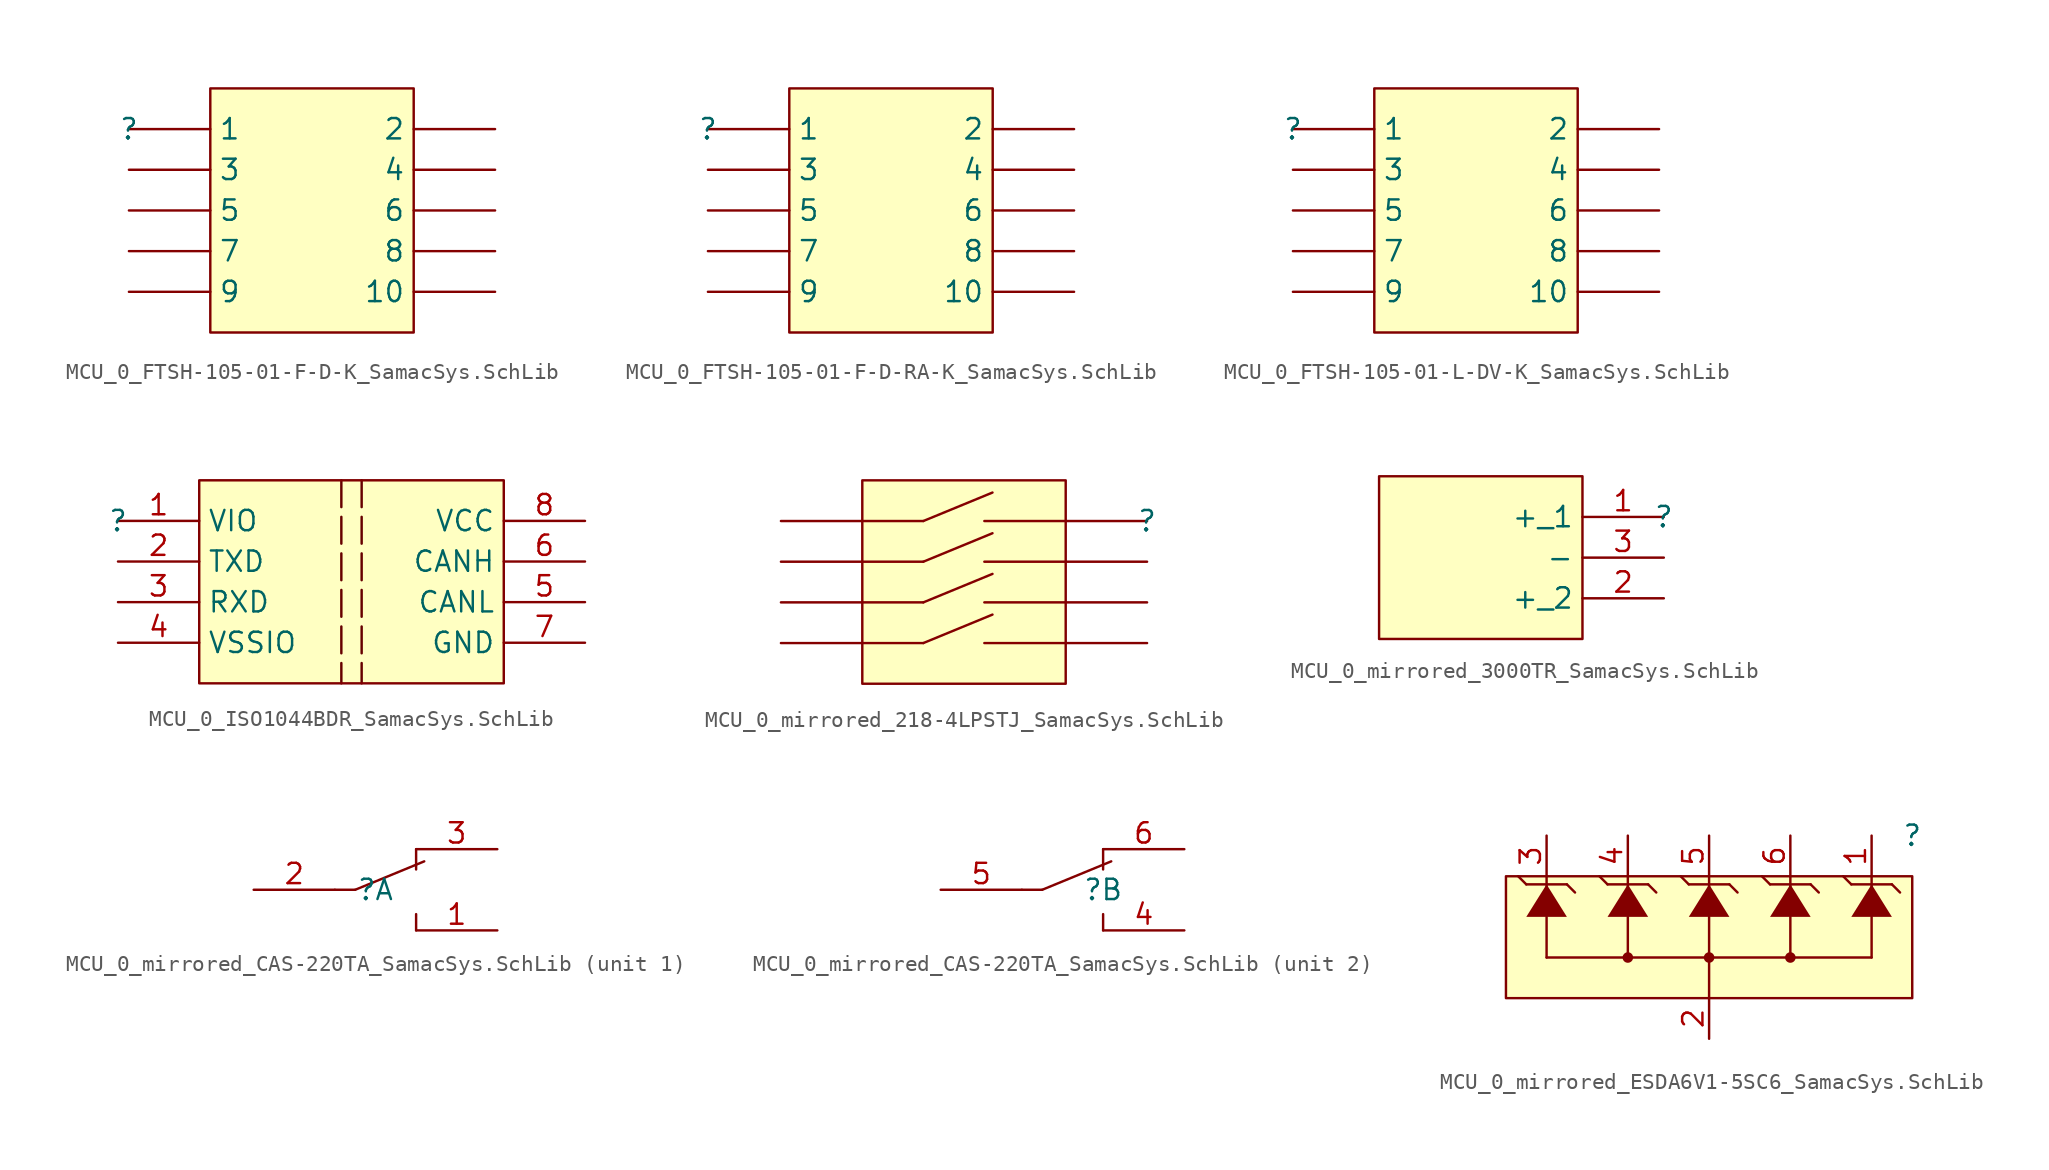
<source format=kicad_sym>
(kicad_symbol_lib
  (version 20241209)
  (generator "kicad_symbol_editor")
  (generator_version "9.0")
  (symbol "MCU_0_FTSH-105-01-F-D-K_SamacSys.SchLib"
    (pin_numbers
      (hide yes))
    (property "Reference" ""
      (at 0 0 0)
      (effects (font (size 1.27 1.27))))
    (property "Value" ""
      (at 0 0 0)
      (effects (font (size 1.27 1.27))))
    (symbol "MCU_0_FTSH-105-01-F-D-K_SamacSys.SchLib_1_0"
      (rectangle (start 17.78 2.54) (end 5.08 -12.7) (stroke (width 0) (type solid) (color 128 0 0 1)) (fill (type background)))
      (pin passive line (at 0 0 0) (length 5.08) (name "1" (effects (font (size 1.27 1.27)))) (number "1" (effects (font (size 1.27 1.27)))))
      (pin passive line (at 0 -2.54 0) (length 5.08) (name "3" (effects (font (size 1.27 1.27)))) (number "3" (effects (font (size 1.27 1.27)))))
      (pin passive line (at 0 -5.08 0) (length 5.08) (name "5" (effects (font (size 1.27 1.27)))) (number "5" (effects (font (size 1.27 1.27)))))
      (pin passive line (at 0 -7.62 0) (length 5.08) (name "7" (effects (font (size 1.27 1.27)))) (number "7" (effects (font (size 1.27 1.27)))))
      (pin passive line (at 0 -10.16 0) (length 5.08) (name "9" (effects (font (size 1.27 1.27)))) (number "9" (effects (font (size 1.27 1.27)))))
      (pin passive line (at 22.86 0 180) (length 5.08) (name "2" (effects (font (size 1.27 1.27)))) (number "2" (effects (font (size 1.27 1.27)))))
      (pin passive line (at 22.86 -2.54 180) (length 5.08) (name "4" (effects (font (size 1.27 1.27)))) (number "4" (effects (font (size 1.27 1.27)))))
      (pin passive line (at 22.86 -5.08 180) (length 5.08) (name "6" (effects (font (size 1.27 1.27)))) (number "6" (effects (font (size 1.27 1.27)))))
      (pin passive line (at 22.86 -7.62 180) (length 5.08) (name "8" (effects (font (size 1.27 1.27)))) (number "8" (effects (font (size 1.27 1.27)))))
      (pin passive line (at 22.86 -10.16 180) (length 5.08) (name "10" (effects (font (size 1.27 1.27)))) (number "10" (effects (font (size 1.27 1.27)))))))
  (symbol "MCU_0_FTSH-105-01-F-D-RA-K_SamacSys.SchLib"
    (pin_numbers
      (hide yes))
    (property "Reference" ""
      (at 0 0 0)
      (effects (font (size 1.27 1.27))))
    (property "Value" ""
      (at 0 0 0)
      (effects (font (size 1.27 1.27))))
    (symbol "MCU_0_FTSH-105-01-F-D-RA-K_SamacSys.SchLib_1_0"
      (rectangle (start 17.78 2.54) (end 5.08 -12.7) (stroke (width 0) (type solid) (color 128 0 0 1)) (fill (type background)))
      (pin passive line (at 0 0 0) (length 5.08) (name "1" (effects (font (size 1.27 1.27)))) (number "1" (effects (font (size 1.27 1.27)))))
      (pin passive line (at 0 -2.54 0) (length 5.08) (name "3" (effects (font (size 1.27 1.27)))) (number "3" (effects (font (size 1.27 1.27)))))
      (pin passive line (at 0 -5.08 0) (length 5.08) (name "5" (effects (font (size 1.27 1.27)))) (number "5" (effects (font (size 1.27 1.27)))))
      (pin passive line (at 0 -7.62 0) (length 5.08) (name "7" (effects (font (size 1.27 1.27)))) (number "7" (effects (font (size 1.27 1.27)))))
      (pin passive line (at 0 -10.16 0) (length 5.08) (name "9" (effects (font (size 1.27 1.27)))) (number "9" (effects (font (size 1.27 1.27)))))
      (pin passive line (at 22.86 0 180) (length 5.08) (name "2" (effects (font (size 1.27 1.27)))) (number "2" (effects (font (size 1.27 1.27)))))
      (pin passive line (at 22.86 -2.54 180) (length 5.08) (name "4" (effects (font (size 1.27 1.27)))) (number "4" (effects (font (size 1.27 1.27)))))
      (pin passive line (at 22.86 -5.08 180) (length 5.08) (name "6" (effects (font (size 1.27 1.27)))) (number "6" (effects (font (size 1.27 1.27)))))
      (pin passive line (at 22.86 -7.62 180) (length 5.08) (name "8" (effects (font (size 1.27 1.27)))) (number "8" (effects (font (size 1.27 1.27)))))
      (pin passive line (at 22.86 -10.16 180) (length 5.08) (name "10" (effects (font (size 1.27 1.27)))) (number "10" (effects (font (size 1.27 1.27)))))))
  (symbol "MCU_0_FTSH-105-01-L-DV-K_SamacSys.SchLib"
    (pin_numbers
      (hide yes))
    (property "Reference" ""
      (at 0 0 0)
      (effects (font (size 1.27 1.27))))
    (property "Value" ""
      (at 0 0 0)
      (effects (font (size 1.27 1.27))))
    (symbol "MCU_0_FTSH-105-01-L-DV-K_SamacSys.SchLib_1_0"
      (rectangle (start 17.78 2.54) (end 5.08 -12.7) (stroke (width 0) (type solid) (color 128 0 0 1)) (fill (type background)))
      (pin passive line (at 0 0 0) (length 5.08) (name "1" (effects (font (size 1.27 1.27)))) (number "1" (effects (font (size 1.27 1.27)))))
      (pin passive line (at 0 -2.54 0) (length 5.08) (name "3" (effects (font (size 1.27 1.27)))) (number "3" (effects (font (size 1.27 1.27)))))
      (pin passive line (at 0 -5.08 0) (length 5.08) (name "5" (effects (font (size 1.27 1.27)))) (number "5" (effects (font (size 1.27 1.27)))))
      (pin passive line (at 0 -7.62 0) (length 5.08) (name "7" (effects (font (size 1.27 1.27)))) (number "7" (effects (font (size 1.27 1.27)))))
      (pin passive line (at 0 -10.16 0) (length 5.08) (name "9" (effects (font (size 1.27 1.27)))) (number "9" (effects (font (size 1.27 1.27)))))
      (pin passive line (at 22.86 0 180) (length 5.08) (name "2" (effects (font (size 1.27 1.27)))) (number "2" (effects (font (size 1.27 1.27)))))
      (pin passive line (at 22.86 -2.54 180) (length 5.08) (name "4" (effects (font (size 1.27 1.27)))) (number "4" (effects (font (size 1.27 1.27)))))
      (pin passive line (at 22.86 -5.08 180) (length 5.08) (name "6" (effects (font (size 1.27 1.27)))) (number "6" (effects (font (size 1.27 1.27)))))
      (pin passive line (at 22.86 -7.62 180) (length 5.08) (name "8" (effects (font (size 1.27 1.27)))) (number "8" (effects (font (size 1.27 1.27)))))
      (pin passive line (at 22.86 -10.16 180) (length 5.08) (name "10" (effects (font (size 1.27 1.27)))) (number "10" (effects (font (size 1.27 1.27)))))))
  (symbol "MCU_0_ISO1044BDR_SamacSys.SchLib"
    (property "Reference" ""
      (at 0 0 0)
      (effects (font (size 1.27 1.27))))
    (property "Value" ""
      (at 0 0 0)
      (effects (font (size 1.27 1.27))))
    (symbol "MCU_0_ISO1044BDR_SamacSys.SchLib_1_0"
      (polyline (pts (xy 13.97 2.54) (xy 13.97 -10.16)) (stroke (width 0) (type dash) (color 102 0 0 1)) (fill (type none)))
      (polyline (pts (xy 15.24 2.54) (xy 15.24 -10.16)) (stroke (width 0) (type dash) (color 102 0 0 1)) (fill (type none)))
      (rectangle (start 24.13 2.54) (end 5.08 -10.16) (stroke (width 0) (type solid) (color 128 0 0 1)) (fill (type background)))
      (pin passive line (at 0 0 0) (length 5.08) (name "VIO" (effects (font (size 1.27 1.27)))) (number "1" (effects (font (size 1.27 1.27)))))
      (pin passive line (at 0 -2.54 0) (length 5.08) (name "TXD" (effects (font (size 1.27 1.27)))) (number "2" (effects (font (size 1.27 1.27)))))
      (pin passive line (at 0 -5.08 0) (length 5.08) (name "RXD" (effects (font (size 1.27 1.27)))) (number "3" (effects (font (size 1.27 1.27)))))
      (pin passive line (at 0 -7.62 0) (length 5.08) (name "VSSIO" (effects (font (size 1.27 1.27)))) (number "4" (effects (font (size 1.27 1.27)))))
      (pin passive line (at 29.21 0 180) (length 5.08) (name "VCC" (effects (font (size 1.27 1.27)))) (number "8" (effects (font (size 1.27 1.27)))))
      (pin passive line (at 29.21 -2.54 180) (length 5.08) (name "CANH" (effects (font (size 1.27 1.27)))) (number "6" (effects (font (size 1.27 1.27)))))
      (pin passive line (at 29.21 -5.08 180) (length 5.08) (name "CANL" (effects (font (size 1.27 1.27)))) (number "5" (effects (font (size 1.27 1.27)))))
      (pin passive line (at 29.21 -7.62 180) (length 5.08) (name "GND" (effects (font (size 1.27 1.27)))) (number "7" (effects (font (size 1.27 1.27)))))))
  (symbol "MCU_0_mirrored_218-4LPSTJ_SamacSys.SchLib"
    (pin_numbers
      (hide yes))
    (pin_names
      (hide yes))
    (property "Reference" ""
      (at 0 0 0)
      (effects (font (size 1.27 1.27))))
    (property "Value" ""
      (at 0 0 0)
      (effects (font (size 1.27 1.27))))
    (symbol "MCU_0_mirrored_218-4LPSTJ_SamacSys.SchLib_1_0"
      (polyline (pts (xy -13.97 0) (xy -17.78 0)) (stroke (width 0) (type solid)) (fill (type none)))
      (polyline (pts (xy -13.97 -2.54) (xy -17.78 -2.54)) (stroke (width 0) (type solid)) (fill (type none)))
      (polyline (pts (xy -13.97 -5.08) (xy -17.78 -5.08)) (stroke (width 0) (type solid)) (fill (type none)))
      (polyline (pts (xy -13.97 -7.62) (xy -17.78 -7.62)) (stroke (width 0) (type solid)) (fill (type none)))
      (polyline (pts (xy -10.16 0) (xy -5.08 0)) (stroke (width 0) (type solid)) (fill (type none)))
      (polyline (pts (xy -10.16 -2.54) (xy -5.08 -2.54)) (stroke (width 0) (type solid)) (fill (type none)))
      (polyline (pts (xy -10.16 -5.08) (xy -5.08 -5.08)) (stroke (width 0) (type solid)) (fill (type none)))
      (polyline (pts (xy -10.16 -7.62) (xy -5.08 -7.62)) (stroke (width 0) (type solid)) (fill (type none)))
      (polyline (pts (xy -9.652 1.778) (xy -13.97 0)) (stroke (width 0) (type solid)) (fill (type none)))
      (polyline (pts (xy -9.652 -0.762) (xy -13.97 -2.54)) (stroke (width 0) (type solid)) (fill (type none)))
      (polyline (pts (xy -9.652 -3.302) (xy -13.97 -5.08)) (stroke (width 0) (type solid)) (fill (type none)))
      (polyline (pts (xy -9.652 -5.842) (xy -13.97 -7.62)) (stroke (width 0) (type solid)) (fill (type none)))
      (rectangle (start -5.08 2.54) (end -17.78 -10.16) (stroke (width 0) (type solid) (color 128 0 0 1)) (fill (type background)))
      (pin passive line (at -22.86 0 0) (length 5.08) (name "B1" (effects (font (size 1.27 1.27)))) (number "B1" (effects (font (size 1.27 1.27)))))
      (pin passive line (at -22.86 -2.54 0) (length 5.08) (name "B2" (effects (font (size 1.27 1.27)))) (number "B2" (effects (font (size 1.27 1.27)))))
      (pin passive line (at -22.86 -5.08 0) (length 5.08) (name "B3" (effects (font (size 1.27 1.27)))) (number "B3" (effects (font (size 1.27 1.27)))))
      (pin passive line (at -22.86 -7.62 0) (length 5.08) (name "B4" (effects (font (size 1.27 1.27)))) (number "B4" (effects (font (size 1.27 1.27)))))
      (pin passive line (at 0 0 180) (length 5.08) (name "A1" (effects (font (size 1.27 1.27)))) (number "A1" (effects (font (size 1.27 1.27)))))
      (pin passive line (at 0 -2.54 180) (length 5.08) (name "A2" (effects (font (size 1.27 1.27)))) (number "A2" (effects (font (size 1.27 1.27)))))
      (pin passive line (at 0 -5.08 180) (length 5.08) (name "A3" (effects (font (size 1.27 1.27)))) (number "A3" (effects (font (size 1.27 1.27)))))
      (pin passive line (at 0 -7.62 180) (length 5.08) (name "A4" (effects (font (size 1.27 1.27)))) (number "A4" (effects (font (size 1.27 1.27)))))))
  (symbol "MCU_0_mirrored_3000TR_SamacSys.SchLib"
    (property "Reference" ""
      (at 0 0 0)
      (effects (font (size 1.27 1.27))))
    (property "Value" ""
      (at 0 0 0)
      (effects (font (size 1.27 1.27))))
    (symbol "MCU_0_mirrored_3000TR_SamacSys.SchLib_1_0"
      (rectangle (start -5.08 2.54) (end -17.78 -7.62) (stroke (width 0) (type solid) (color 128 0 0 1)) (fill (type background)))
      (pin passive line (at 0 0 180) (length 5.08) (name "+_1" (effects (font (size 1.27 1.27)))) (number "1" (effects (font (size 1.27 1.27)))))
      (pin passive line (at 0 -2.54 180) (length 5.08) (name "-" (effects (font (size 1.27 1.27)))) (number "3" (effects (font (size 1.27 1.27)))))
      (pin passive line (at 0 -5.08 180) (length 5.08) (name "+_2" (effects (font (size 1.27 1.27)))) (number "2" (effects (font (size 1.27 1.27)))))))
  (symbol "MCU_0_mirrored_CAS-220TA_SamacSys.SchLib"
    (pin_names
      (hide yes))
    (property "Reference" ""
      (at 0 0 0)
      (effects (font (size 1.27 1.27))))
    (property "Value" ""
      (at 0 0 0)
      (effects (font (size 1.27 1.27))))
    (symbol "MCU_0_mirrored_CAS-220TA_SamacSys.SchLib_1_0"
      (polyline (pts (xy -1.27 0) (xy -2.54 0)) (stroke (width 0) (type solid)) (fill (type none)))
      (polyline (pts (xy 2.54 2.54) (xy 2.54 1.27)) (stroke (width 0) (type solid)) (fill (type none)))
      (polyline (pts (xy 2.54 -1.524) (xy 2.54 -2.54)) (stroke (width 0) (type solid)) (fill (type none)))
      (polyline (pts (xy 3.048 1.778) (xy -1.27 0)) (stroke (width 0) (type solid)) (fill (type none)))
      (pin passive line (at -7.62 0 0) (length 5.08) (name "COM_1" (effects (font (size 1.27 1.27)))) (number "2" (effects (font (size 1.27 1.27)))))
      (pin passive line (at 7.62 2.54 180) (length 5.08) (name "NC_1" (effects (font (size 1.27 1.27)))) (number "3" (effects (font (size 1.27 1.27)))))
      (pin passive line (at 7.62 -2.54 180) (length 5.08) (name "NO_1" (effects (font (size 1.27 1.27)))) (number "1" (effects (font (size 1.27 1.27))))))
    (symbol "MCU_0_mirrored_CAS-220TA_SamacSys.SchLib_2_0"
      (polyline (pts (xy -3.81 0) (xy -5.08 0)) (stroke (width 0) (type solid)) (fill (type none)))
      (polyline (pts (xy 0 2.54) (xy 0 1.27)) (stroke (width 0) (type solid)) (fill (type none)))
      (polyline (pts (xy 0 -1.524) (xy 0 -2.54)) (stroke (width 0) (type solid)) (fill (type none)))
      (polyline (pts (xy 0.508 1.778) (xy -3.81 0)) (stroke (width 0) (type solid)) (fill (type none)))
      (pin passive line (at -10.16 0 0) (length 5.08) (name "COM_2" (effects (font (size 1.27 1.27)))) (number "5" (effects (font (size 1.27 1.27)))))
      (pin passive line (at 5.08 2.54 180) (length 5.08) (name "NC_2" (effects (font (size 1.27 1.27)))) (number "6" (effects (font (size 1.27 1.27)))))
      (pin passive line (at 5.08 -2.54 180) (length 5.08) (name "NO_2" (effects (font (size 1.27 1.27)))) (number "4" (effects (font (size 1.27 1.27)))))))
  (symbol "MCU_0_mirrored_ESDA6V1-5SC6_SamacSys.SchLib"
    (pin_names
      (hide yes))
    (property "Reference" ""
      (at 0 0 0)
      (effects (font (size 1.27 1.27))))
    (property "Value" ""
      (at 0 0 0)
      (effects (font (size 1.27 1.27))))
    (symbol "MCU_0_mirrored_ESDA6V1-5SC6_SamacSys.SchLib_1_0"
      (polyline (pts (xy -24.13 -3.048) (xy -24.638 -2.54)) (stroke (width 0) (type solid)) (fill (type none)))
      (polyline (pts (xy -24.13 -3.048) (xy -21.59 -3.048)) (stroke (width 0) (type solid)) (fill (type none)))
      (polyline (pts (xy -24.13 -5.08) (xy -21.59 -5.08) (xy -24.13 -5.08) (xy -22.86 -3.048) (xy -21.59 -5.08) (xy -24.13 -5.08)) (stroke (width -0.0001) (type solid)) (fill (type outline)))
      (polyline (pts (xy -22.86 -2.54) (xy -22.86 -3.556)) (stroke (width 0) (type solid)) (fill (type none)))
      (polyline (pts (xy -22.86 -5.08) (xy -22.86 -7.62)) (stroke (width 0) (type solid)) (fill (type none)))
      (polyline (pts (xy -21.082 -3.556) (xy -21.59 -3.048)) (stroke (width 0) (type solid)) (fill (type none)))
      (polyline (pts (xy -19.05 -3.048) (xy -19.558 -2.54)) (stroke (width 0) (type solid)) (fill (type none)))
      (polyline (pts (xy -19.05 -3.048) (xy -16.51 -3.048)) (stroke (width 0) (type solid)) (fill (type none)))
      (polyline (pts (xy -19.05 -5.08) (xy -16.51 -5.08) (xy -19.05 -5.08) (xy -17.78 -3.048) (xy -16.51 -5.08) (xy -19.05 -5.08)) (stroke (width -0.0001) (type solid)) (fill (type outline)))
      (polyline (pts (xy -17.78 -2.54) (xy -17.78 -3.556)) (stroke (width 0) (type solid)) (fill (type none)))
      (polyline (pts (xy -17.78 -5.08) (xy -17.78 -7.62)) (stroke (width 0) (type solid)) (fill (type none)))
      (circle (center -17.78 -7.62) (radius 0.254) (stroke (width 0) (type solid)) (fill (type outline)))
      (polyline (pts (xy -17.78 -7.62) (xy -22.86 -7.62)) (stroke (width 0) (type solid)) (fill (type none)))
      (polyline (pts (xy -16.002 -3.556) (xy -16.51 -3.048)) (stroke (width 0) (type solid)) (fill (type none)))
      (polyline (pts (xy -13.97 -3.048) (xy -14.478 -2.54)) (stroke (width 0) (type solid)) (fill (type none)))
      (polyline (pts (xy -13.97 -3.048) (xy -11.43 -3.048)) (stroke (width 0) (type solid)) (fill (type none)))
      (polyline (pts (xy -13.97 -5.08) (xy -11.43 -5.08) (xy -13.97 -5.08) (xy -12.7 -3.048) (xy -11.43 -5.08) (xy -13.97 -5.08)) (stroke (width -0.0001) (type solid)) (fill (type outline)))
      (polyline (pts (xy -12.7 -2.54) (xy -12.7 -3.556)) (stroke (width 0) (type solid)) (fill (type none)))
      (polyline (pts (xy -12.7 -5.08) (xy -12.7 -7.62)) (stroke (width 0) (type solid)) (fill (type none)))
      (circle (center -12.7 -7.62) (radius 0.254) (stroke (width 0) (type solid)) (fill (type outline)))
      (polyline (pts (xy -12.7 -7.62) (xy -17.78 -7.62)) (stroke (width 0) (type solid)) (fill (type none)))
      (polyline (pts (xy -12.7 -10.16) (xy -12.7 -7.62)) (stroke (width 0) (type solid)) (fill (type none)))
      (polyline (pts (xy -10.922 -3.556) (xy -11.43 -3.048)) (stroke (width 0) (type solid)) (fill (type none)))
      (polyline (pts (xy -8.89 -3.048) (xy -9.398 -2.54)) (stroke (width 0) (type solid)) (fill (type none)))
      (polyline (pts (xy -8.89 -3.048) (xy -6.35 -3.048)) (stroke (width 0) (type solid)) (fill (type none)))
      (polyline (pts (xy -8.89 -5.08) (xy -6.35 -5.08) (xy -8.89 -5.08) (xy -7.62 -3.048) (xy -6.35 -5.08) (xy -8.89 -5.08)) (stroke (width -0.0001) (type solid)) (fill (type outline)))
      (polyline (pts (xy -7.62 -2.54) (xy -7.62 -3.556)) (stroke (width 0) (type solid)) (fill (type none)))
      (circle (center -7.62 -7.62) (radius 0.254) (stroke (width 0) (type solid)) (fill (type outline)))
      (polyline (pts (xy -7.62 -7.62) (xy -12.7 -7.62)) (stroke (width 0) (type solid)) (fill (type none)))
      (polyline (pts (xy -7.62 -7.62) (xy -7.62 -5.08)) (stroke (width 0) (type solid)) (fill (type none)))
      (polyline (pts (xy -5.842 -3.556) (xy -6.35 -3.048)) (stroke (width 0) (type solid)) (fill (type none)))
      (polyline (pts (xy -3.81 -3.048) (xy -4.318 -2.54)) (stroke (width 0) (type solid)) (fill (type none)))
      (polyline (pts (xy -3.81 -3.048) (xy -1.27 -3.048)) (stroke (width 0) (type solid)) (fill (type none)))
      (polyline (pts (xy -3.81 -5.08) (xy -1.27 -5.08) (xy -3.81 -5.08) (xy -2.54 -3.048) (xy -1.27 -5.08) (xy -3.81 -5.08)) (stroke (width -0.0001) (type solid)) (fill (type outline)))
      (polyline (pts (xy -2.54 -2.54) (xy -2.54 -3.556)) (stroke (width 0) (type solid)) (fill (type none)))
      (polyline (pts (xy -2.54 -5.08) (xy -2.54 -7.62)) (stroke (width 0) (type solid)) (fill (type none)))
      (polyline (pts (xy -2.54 -7.62) (xy -7.62 -7.62)) (stroke (width 0) (type solid)) (fill (type none)))
      (polyline (pts (xy -0.762 -3.556) (xy -1.27 -3.048)) (stroke (width 0) (type solid)) (fill (type none)))
      (rectangle (start 0 -2.54) (end -25.4 -10.16) (stroke (width 0) (type solid) (color 128 0 0 1)) (fill (type background)))
      (pin passive line (at -22.86 0 270) (length 2.54) (name "K5" (effects (font (size 1.27 1.27)))) (number "3" (effects (font (size 1.27 1.27)))))
      (pin passive line (at -17.78 0 270) (length 2.54) (name "K4" (effects (font (size 1.27 1.27)))) (number "4" (effects (font (size 1.27 1.27)))))
      (pin passive line (at -12.7 0 270) (length 2.54) (name "K3" (effects (font (size 1.27 1.27)))) (number "5" (effects (font (size 1.27 1.27)))))
      (pin passive line (at -12.7 -12.7 90) (length 2.54) (name "K2" (effects (font (size 1.27 1.27)))) (number "2" (effects (font (size 1.27 1.27)))))
      (pin passive line (at -7.62 0 270) (length 2.54) (name "K2" (effects (font (size 1.27 1.27)))) (number "6" (effects (font (size 1.27 1.27)))))
      (pin passive line (at -2.54 0 270) (length 2.54) (name "K1" (effects (font (size 1.27 1.27)))) (number "1" (effects (font (size 1.27 1.27))))))))
</source>
